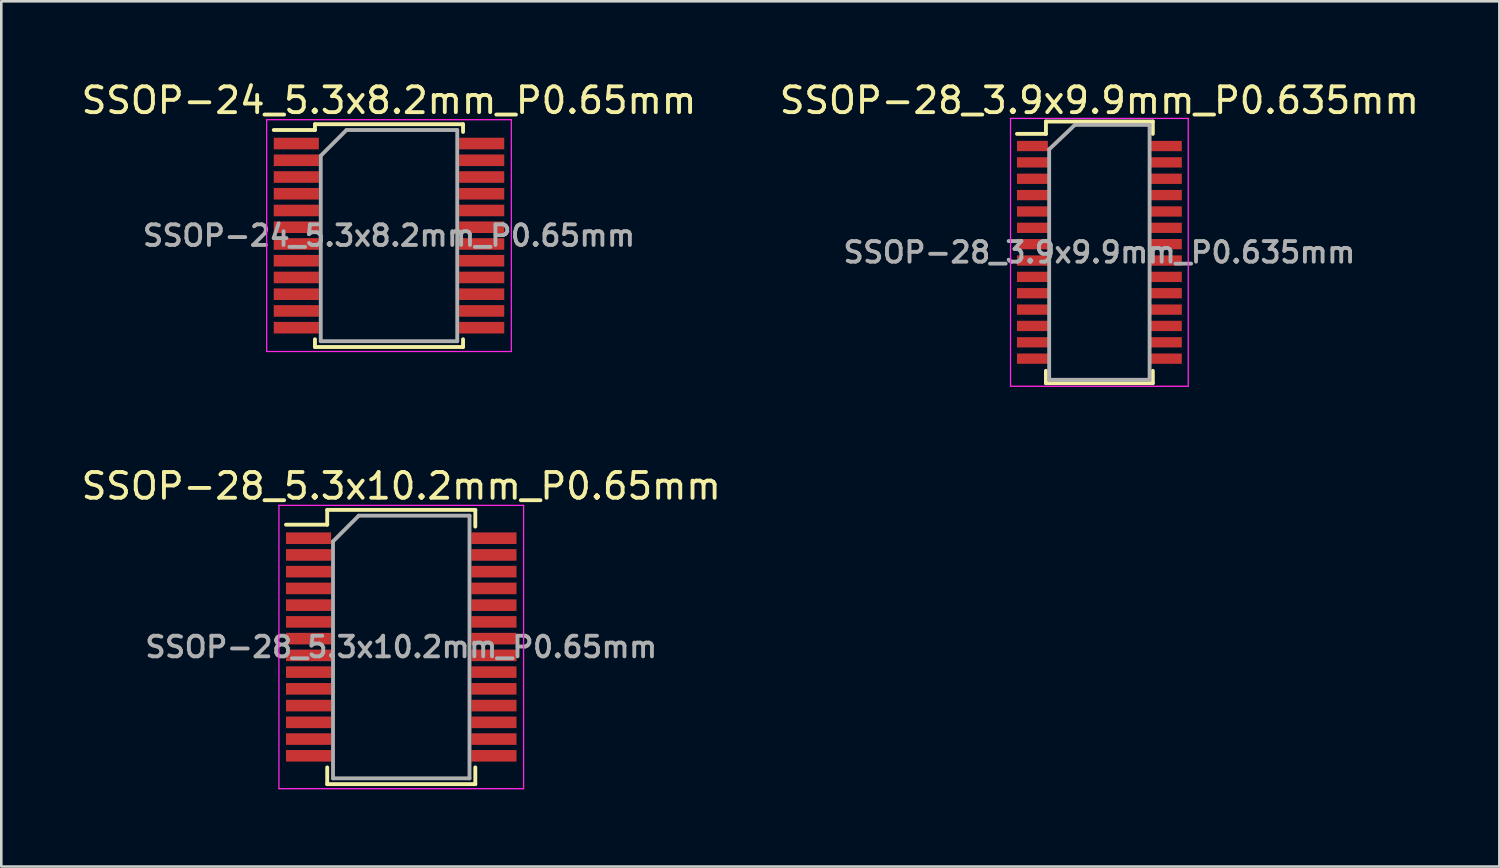
<source format=kicad_pcb>
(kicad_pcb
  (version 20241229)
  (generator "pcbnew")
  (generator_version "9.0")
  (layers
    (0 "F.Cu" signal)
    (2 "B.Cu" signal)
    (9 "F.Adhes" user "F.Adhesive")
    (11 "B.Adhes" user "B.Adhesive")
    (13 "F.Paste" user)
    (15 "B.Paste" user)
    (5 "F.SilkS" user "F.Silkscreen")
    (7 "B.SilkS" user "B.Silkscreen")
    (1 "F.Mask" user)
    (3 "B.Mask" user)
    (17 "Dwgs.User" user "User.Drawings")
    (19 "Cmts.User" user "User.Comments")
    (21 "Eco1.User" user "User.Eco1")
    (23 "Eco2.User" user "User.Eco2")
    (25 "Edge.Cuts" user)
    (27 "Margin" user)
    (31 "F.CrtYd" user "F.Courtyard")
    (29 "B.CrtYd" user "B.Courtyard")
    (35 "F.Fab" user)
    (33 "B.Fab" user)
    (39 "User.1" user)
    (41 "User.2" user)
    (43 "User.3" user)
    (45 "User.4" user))
  (footprint "SSOP-24_5.3x8.2mm_P0.65mm"
    (layer "F.Cu")
    (at 12.054 6.098)
    (property "Reference" "SSOP-24_5.3x8.2mm_P0.65mm" (at 0 -5.25 0) (layer "F.SilkS") (effects (font (size 1 1) (thickness 0.15))))
    (attr smd)
    (fp_line (start -2.875 -4.325) (end -2.875 -4.1) (stroke (width 0.15) (type solid)) (layer "F.SilkS"))
    (fp_line (start -2.875 -4.325) (end 2.875 -4.325) (stroke (width 0.15) (type solid)) (layer "F.SilkS"))
    (fp_line (start -2.875 -4.1) (end -4.475 -4.1) (stroke (width 0.15) (type solid)) (layer "F.SilkS"))
    (fp_line (start -2.875 4.325) (end -2.875 4.025) (stroke (width 0.15) (type solid)) (layer "F.SilkS"))
    (fp_line (start -2.875 4.325) (end 2.875 4.325) (stroke (width 0.15) (type solid)) (layer "F.SilkS"))
    (fp_line (start 2.875 -4.325) (end 2.875 -4.025) (stroke (width 0.15) (type solid)) (layer "F.SilkS"))
    (fp_line (start 2.875 4.325) (end 2.875 4.025) (stroke (width 0.15) (type solid)) (layer "F.SilkS"))
    (fp_line (start -4.75 -4.5) (end -4.75 4.5) (stroke (width 0.05) (type solid)) (layer "F.CrtYd"))
    (fp_line (start -4.75 -4.5) (end 4.75 -4.5) (stroke (width 0.05) (type solid)) (layer "F.CrtYd"))
    (fp_line (start -4.75 4.5) (end 4.75 4.5) (stroke (width 0.05) (type solid)) (layer "F.CrtYd"))
    (fp_line (start 4.75 -4.5) (end 4.75 4.5) (stroke (width 0.05) (type solid)) (layer "F.CrtYd"))
    (fp_line (start -2.65 -3.1) (end -1.65 -4.1) (stroke (width 0.15) (type solid)) (layer "F.Fab"))
    (fp_line (start -2.65 4.1) (end -2.65 -3.1) (stroke (width 0.15) (type solid)) (layer "F.Fab"))
    (fp_line (start -1.65 -4.1) (end 2.65 -4.1) (stroke (width 0.15) (type solid)) (layer "F.Fab"))
    (fp_line (start 2.65 -4.1) (end 2.65 4.1) (stroke (width 0.15) (type solid)) (layer "F.Fab"))
    (fp_line (start 2.65 4.1) (end -2.65 4.1) (stroke (width 0.15) (type solid)) (layer "F.Fab"))
    (fp_text user "${REFERENCE}" (at 0 0 0) (layer "F.Fab") (effects (font (size 0.8 0.8) (thickness 0.15))))
    (pad "1" smd rect (at -3.6 -3.575) (size 1.75 0.45) (layers "F.Cu" "F.Mask" "F.Paste"))
    (pad "2" smd rect (at -3.6 -2.925) (size 1.75 0.45) (layers "F.Cu" "F.Mask" "F.Paste"))
    (pad "3" smd rect (at -3.6 -2.275) (size 1.75 0.45) (layers "F.Cu" "F.Mask" "F.Paste"))
    (pad "4" smd rect (at -3.6 -1.625) (size 1.75 0.45) (layers "F.Cu" "F.Mask" "F.Paste"))
    (pad "5" smd rect (at -3.6 -0.975) (size 1.75 0.45) (layers "F.Cu" "F.Mask" "F.Paste"))
    (pad "6" smd rect (at -3.6 -0.325) (size 1.75 0.45) (layers "F.Cu" "F.Mask" "F.Paste"))
    (pad "7" smd rect (at -3.6 0.325) (size 1.75 0.45) (layers "F.Cu" "F.Mask" "F.Paste"))
    (pad "8" smd rect (at -3.6 0.975) (size 1.75 0.45) (layers "F.Cu" "F.Mask" "F.Paste"))
    (pad "9" smd rect (at -3.6 1.625) (size 1.75 0.45) (layers "F.Cu" "F.Mask" "F.Paste"))
    (pad "10" smd rect (at -3.6 2.275) (size 1.75 0.45) (layers "F.Cu" "F.Mask" "F.Paste"))
    (pad "11" smd rect (at -3.6 2.925) (size 1.75 0.45) (layers "F.Cu" "F.Mask" "F.Paste"))
    (pad "12" smd rect (at -3.6 3.575) (size 1.75 0.45) (layers "F.Cu" "F.Mask" "F.Paste"))
    (pad "13" smd rect (at 3.6 3.575) (size 1.75 0.45) (layers "F.Cu" "F.Mask" "F.Paste"))
    (pad "14" smd rect (at 3.6 2.925) (size 1.75 0.45) (layers "F.Cu" "F.Mask" "F.Paste"))
    (pad "15" smd rect (at 3.6 2.275) (size 1.75 0.45) (layers "F.Cu" "F.Mask" "F.Paste"))
    (pad "16" smd rect (at 3.6 1.625) (size 1.75 0.45) (layers "F.Cu" "F.Mask" "F.Paste"))
    (pad "17" smd rect (at 3.6 0.975) (size 1.75 0.45) (layers "F.Cu" "F.Mask" "F.Paste"))
    (pad "18" smd rect (at 3.6 0.325) (size 1.75 0.45) (layers "F.Cu" "F.Mask" "F.Paste"))
    (pad "19" smd rect (at 3.6 -0.325) (size 1.75 0.45) (layers "F.Cu" "F.Mask" "F.Paste"))
    (pad "20" smd rect (at 3.6 -0.975) (size 1.75 0.45) (layers "F.Cu" "F.Mask" "F.Paste"))
    (pad "21" smd rect (at 3.6 -1.625) (size 1.75 0.45) (layers "F.Cu" "F.Mask" "F.Paste"))
    (pad "22" smd rect (at 3.6 -2.275) (size 1.75 0.45) (layers "F.Cu" "F.Mask" "F.Paste"))
    (pad "23" smd rect (at 3.6 -2.925) (size 1.75 0.45) (layers "F.Cu" "F.Mask" "F.Paste"))
    (pad "24" smd rect (at 3.6 -3.575) (size 1.75 0.45) (layers "F.Cu" "F.Mask" "F.Paste")))
  (footprint "SSOP-28_3.9x9.9mm_P0.635mm"
    (layer "F.Cu")
    (at 39.637 6.748)
    (property "Reference" "SSOP-28_3.9x9.9mm_P0.635mm" (at 0 -5.9 0) (layer "F.SilkS") (effects (font (size 1 1) (thickness 0.15))))
    (attr smd)
    (fp_line (start -2.075 -5.08) (end -2.075 -4.6) (stroke (width 0.15) (type solid)) (layer "F.SilkS"))
    (fp_line (start -2.075 -5.08) (end 2.075 -5.08) (stroke (width 0.15) (type solid)) (layer "F.SilkS"))
    (fp_line (start -2.075 -4.6) (end -3.2 -4.6) (stroke (width 0.15) (type solid)) (layer "F.SilkS"))
    (fp_line (start -2.075 5.08) (end -2.075 4.6) (stroke (width 0.15) (type solid)) (layer "F.SilkS"))
    (fp_line (start -2.075 5.08) (end 2.075 5.08) (stroke (width 0.15) (type solid)) (layer "F.SilkS"))
    (fp_line (start 2.075 -5.08) (end 2.075 -4.6) (stroke (width 0.15) (type solid)) (layer "F.SilkS"))
    (fp_line (start 2.075 5.08) (end 2.075 4.6) (stroke (width 0.15) (type solid)) (layer "F.SilkS"))
    (fp_line (start -3.45 -5.2) (end -3.45 5.2) (stroke (width 0.05) (type solid)) (layer "F.CrtYd"))
    (fp_line (start -3.45 -5.2) (end 3.45 -5.2) (stroke (width 0.05) (type solid)) (layer "F.CrtYd"))
    (fp_line (start -3.45 5.2) (end 3.45 5.2) (stroke (width 0.05) (type solid)) (layer "F.CrtYd"))
    (fp_line (start 3.45 -5.2) (end 3.45 5.2) (stroke (width 0.05) (type solid)) (layer "F.CrtYd"))
    (fp_line (start -1.95 -4) (end -0.95 -4.95) (stroke (width 0.15) (type solid)) (layer "F.Fab"))
    (fp_line (start -1.95 4.95) (end -1.95 -4) (stroke (width 0.15) (type solid)) (layer "F.Fab"))
    (fp_line (start -0.95 -4.95) (end 1.95 -4.95) (stroke (width 0.15) (type solid)) (layer "F.Fab"))
    (fp_line (start 1.95 -4.95) (end 1.95 4.95) (stroke (width 0.15) (type solid)) (layer "F.Fab"))
    (fp_line (start 1.95 4.95) (end -1.95 4.95) (stroke (width 0.15) (type solid)) (layer "F.Fab"))
    (fp_text user "${REFERENCE}" (at 0 0 0) (layer "F.Fab") (effects (font (size 0.8 0.8) (thickness 0.15))))
    (pad "1" smd rect (at -2.6 -4.128) (size 1.2 0.4) (layers "F.Cu" "F.Mask" "F.Paste"))
    (pad "2" smd rect (at -2.6 -3.493) (size 1.2 0.4) (layers "F.Cu" "F.Mask" "F.Paste"))
    (pad "3" smd rect (at -2.6 -2.857) (size 1.2 0.4) (layers "F.Cu" "F.Mask" "F.Paste"))
    (pad "4" smd rect (at -2.6 -2.223) (size 1.2 0.4) (layers "F.Cu" "F.Mask" "F.Paste"))
    (pad "5" smd rect (at -2.6 -1.587) (size 1.2 0.4) (layers "F.Cu" "F.Mask" "F.Paste"))
    (pad "6" smd rect (at -2.6 -0.953) (size 1.2 0.4) (layers "F.Cu" "F.Mask" "F.Paste"))
    (pad "7" smd rect (at -2.6 -0.318) (size 1.2 0.4) (layers "F.Cu" "F.Mask" "F.Paste"))
    (pad "8" smd rect (at -2.6 0.318) (size 1.2 0.4) (layers "F.Cu" "F.Mask" "F.Paste"))
    (pad "9" smd rect (at -2.6 0.953) (size 1.2 0.4) (layers "F.Cu" "F.Mask" "F.Paste"))
    (pad "10" smd rect (at -2.6 1.587) (size 1.2 0.4) (layers "F.Cu" "F.Mask" "F.Paste"))
    (pad "11" smd rect (at -2.6 2.223) (size 1.2 0.4) (layers "F.Cu" "F.Mask" "F.Paste"))
    (pad "12" smd rect (at -2.6 2.857) (size 1.2 0.4) (layers "F.Cu" "F.Mask" "F.Paste"))
    (pad "13" smd rect (at -2.6 3.493) (size 1.2 0.4) (layers "F.Cu" "F.Mask" "F.Paste"))
    (pad "14" smd rect (at -2.6 4.128) (size 1.2 0.4) (layers "F.Cu" "F.Mask" "F.Paste"))
    (pad "15" smd rect (at 2.6 4.128) (size 1.2 0.4) (layers "F.Cu" "F.Mask" "F.Paste"))
    (pad "16" smd rect (at 2.6 3.493) (size 1.2 0.4) (layers "F.Cu" "F.Mask" "F.Paste"))
    (pad "17" smd rect (at 2.6 2.857) (size 1.2 0.4) (layers "F.Cu" "F.Mask" "F.Paste"))
    (pad "18" smd rect (at 2.6 2.223) (size 1.2 0.4) (layers "F.Cu" "F.Mask" "F.Paste"))
    (pad "19" smd rect (at 2.6 1.587) (size 1.2 0.4) (layers "F.Cu" "F.Mask" "F.Paste"))
    (pad "20" smd rect (at 2.6 0.953) (size 1.2 0.4) (layers "F.Cu" "F.Mask" "F.Paste"))
    (pad "21" smd rect (at 2.6 0.318) (size 1.2 0.4) (layers "F.Cu" "F.Mask" "F.Paste"))
    (pad "22" smd rect (at 2.6 -0.318) (size 1.2 0.4) (layers "F.Cu" "F.Mask" "F.Paste"))
    (pad "23" smd rect (at 2.6 -0.953) (size 1.2 0.4) (layers "F.Cu" "F.Mask" "F.Paste"))
    (pad "24" smd rect (at 2.6 -1.587) (size 1.2 0.4) (layers "F.Cu" "F.Mask" "F.Paste"))
    (pad "25" smd rect (at 2.6 -2.223) (size 1.2 0.4) (layers "F.Cu" "F.Mask" "F.Paste"))
    (pad "26" smd rect (at 2.6 -2.857) (size 1.2 0.4) (layers "F.Cu" "F.Mask" "F.Paste"))
    (pad "27" smd rect (at 2.6 -3.493) (size 1.2 0.4) (layers "F.Cu" "F.Mask" "F.Paste"))
    (pad "28" smd rect (at 2.6 -4.128) (size 1.2 0.4) (layers "F.Cu" "F.Mask" "F.Paste")))
  (footprint "SSOP-28_5.3x10.2mm_P0.65mm"
    (layer "F.Cu")
    (at 12.53 22.072)
    (property "Reference" "SSOP-28_5.3x10.2mm_P0.65mm" (at 0 -6.25 0) (layer "F.SilkS") (effects (font (size 1 1) (thickness 0.15))))
    (attr smd)
    (fp_line (start -2.875 -5.325) (end -2.875 -4.75) (stroke (width 0.15) (type solid)) (layer "F.SilkS"))
    (fp_line (start -2.875 -5.325) (end 2.875 -5.325) (stroke (width 0.15) (type solid)) (layer "F.SilkS"))
    (fp_line (start -2.875 -4.75) (end -4.475 -4.75) (stroke (width 0.15) (type solid)) (layer "F.SilkS"))
    (fp_line (start -2.875 5.325) (end -2.875 4.675) (stroke (width 0.15) (type solid)) (layer "F.SilkS"))
    (fp_line (start -2.875 5.325) (end 2.875 5.325) (stroke (width 0.15) (type solid)) (layer "F.SilkS"))
    (fp_line (start 2.875 -5.325) (end 2.875 -4.675) (stroke (width 0.15) (type solid)) (layer "F.SilkS"))
    (fp_line (start 2.875 5.325) (end 2.875 4.675) (stroke (width 0.15) (type solid)) (layer "F.SilkS"))
    (fp_line (start -4.75 -5.5) (end -4.75 5.5) (stroke (width 0.05) (type solid)) (layer "F.CrtYd"))
    (fp_line (start -4.75 -5.5) (end 4.75 -5.5) (stroke (width 0.05) (type solid)) (layer "F.CrtYd"))
    (fp_line (start -4.75 5.5) (end 4.75 5.5) (stroke (width 0.05) (type solid)) (layer "F.CrtYd"))
    (fp_line (start 4.75 -5.5) (end 4.75 5.5) (stroke (width 0.05) (type solid)) (layer "F.CrtYd"))
    (fp_line (start -2.65 -4.1) (end -1.65 -5.1) (stroke (width 0.15) (type solid)) (layer "F.Fab"))
    (fp_line (start -2.65 5.1) (end -2.65 -4.1) (stroke (width 0.15) (type solid)) (layer "F.Fab"))
    (fp_line (start -1.65 -5.1) (end 2.65 -5.1) (stroke (width 0.15) (type solid)) (layer "F.Fab"))
    (fp_line (start 2.65 -5.1) (end 2.65 5.1) (stroke (width 0.15) (type solid)) (layer "F.Fab"))
    (fp_line (start 2.65 5.1) (end -2.65 5.1) (stroke (width 0.15) (type solid)) (layer "F.Fab"))
    (fp_text user "${REFERENCE}" (at 0 0 0) (layer "F.Fab") (effects (font (size 0.8 0.8) (thickness 0.15))))
    (pad "1" smd rect (at -3.6 -4.225) (size 1.75 0.45) (layers "F.Cu" "F.Mask" "F.Paste"))
    (pad "2" smd rect (at -3.6 -3.575) (size 1.75 0.45) (layers "F.Cu" "F.Mask" "F.Paste"))
    (pad "3" smd rect (at -3.6 -2.925) (size 1.75 0.45) (layers "F.Cu" "F.Mask" "F.Paste"))
    (pad "4" smd rect (at -3.6 -2.275) (size 1.75 0.45) (layers "F.Cu" "F.Mask" "F.Paste"))
    (pad "5" smd rect (at -3.6 -1.625) (size 1.75 0.45) (layers "F.Cu" "F.Mask" "F.Paste"))
    (pad "6" smd rect (at -3.6 -0.975) (size 1.75 0.45) (layers "F.Cu" "F.Mask" "F.Paste"))
    (pad "7" smd rect (at -3.6 -0.325) (size 1.75 0.45) (layers "F.Cu" "F.Mask" "F.Paste"))
    (pad "8" smd rect (at -3.6 0.325) (size 1.75 0.45) (layers "F.Cu" "F.Mask" "F.Paste"))
    (pad "9" smd rect (at -3.6 0.975) (size 1.75 0.45) (layers "F.Cu" "F.Mask" "F.Paste"))
    (pad "10" smd rect (at -3.6 1.625) (size 1.75 0.45) (layers "F.Cu" "F.Mask" "F.Paste"))
    (pad "11" smd rect (at -3.6 2.275) (size 1.75 0.45) (layers "F.Cu" "F.Mask" "F.Paste"))
    (pad "12" smd rect (at -3.6 2.925) (size 1.75 0.45) (layers "F.Cu" "F.Mask" "F.Paste"))
    (pad "13" smd rect (at -3.6 3.575) (size 1.75 0.45) (layers "F.Cu" "F.Mask" "F.Paste"))
    (pad "14" smd rect (at -3.6 4.225) (size 1.75 0.45) (layers "F.Cu" "F.Mask" "F.Paste"))
    (pad "15" smd rect (at 3.6 4.225) (size 1.75 0.45) (layers "F.Cu" "F.Mask" "F.Paste"))
    (pad "16" smd rect (at 3.6 3.575) (size 1.75 0.45) (layers "F.Cu" "F.Mask" "F.Paste"))
    (pad "17" smd rect (at 3.6 2.925) (size 1.75 0.45) (layers "F.Cu" "F.Mask" "F.Paste"))
    (pad "18" smd rect (at 3.6 2.275) (size 1.75 0.45) (layers "F.Cu" "F.Mask" "F.Paste"))
    (pad "19" smd rect (at 3.6 1.625) (size 1.75 0.45) (layers "F.Cu" "F.Mask" "F.Paste"))
    (pad "20" smd rect (at 3.6 0.975) (size 1.75 0.45) (layers "F.Cu" "F.Mask" "F.Paste"))
    (pad "21" smd rect (at 3.6 0.325) (size 1.75 0.45) (layers "F.Cu" "F.Mask" "F.Paste"))
    (pad "22" smd rect (at 3.6 -0.325) (size 1.75 0.45) (layers "F.Cu" "F.Mask" "F.Paste"))
    (pad "23" smd rect (at 3.6 -0.975) (size 1.75 0.45) (layers "F.Cu" "F.Mask" "F.Paste"))
    (pad "24" smd rect (at 3.6 -1.625) (size 1.75 0.45) (layers "F.Cu" "F.Mask" "F.Paste"))
    (pad "25" smd rect (at 3.6 -2.275) (size 1.75 0.45) (layers "F.Cu" "F.Mask" "F.Paste"))
    (pad "26" smd rect (at 3.6 -2.925) (size 1.75 0.45) (layers "F.Cu" "F.Mask" "F.Paste"))
    (pad "27" smd rect (at 3.6 -3.575) (size 1.75 0.45) (layers "F.Cu" "F.Mask" "F.Paste"))
    (pad "28" smd rect (at 3.6 -4.225) (size 1.75 0.45) (layers "F.Cu" "F.Mask" "F.Paste")))
  (gr_rect
    (start -3 -3)
    (end 55.167 30.596)
    (stroke (width 0.1) (type default))
    (fill no)
    (layer "Edge.Cuts")))
</source>
